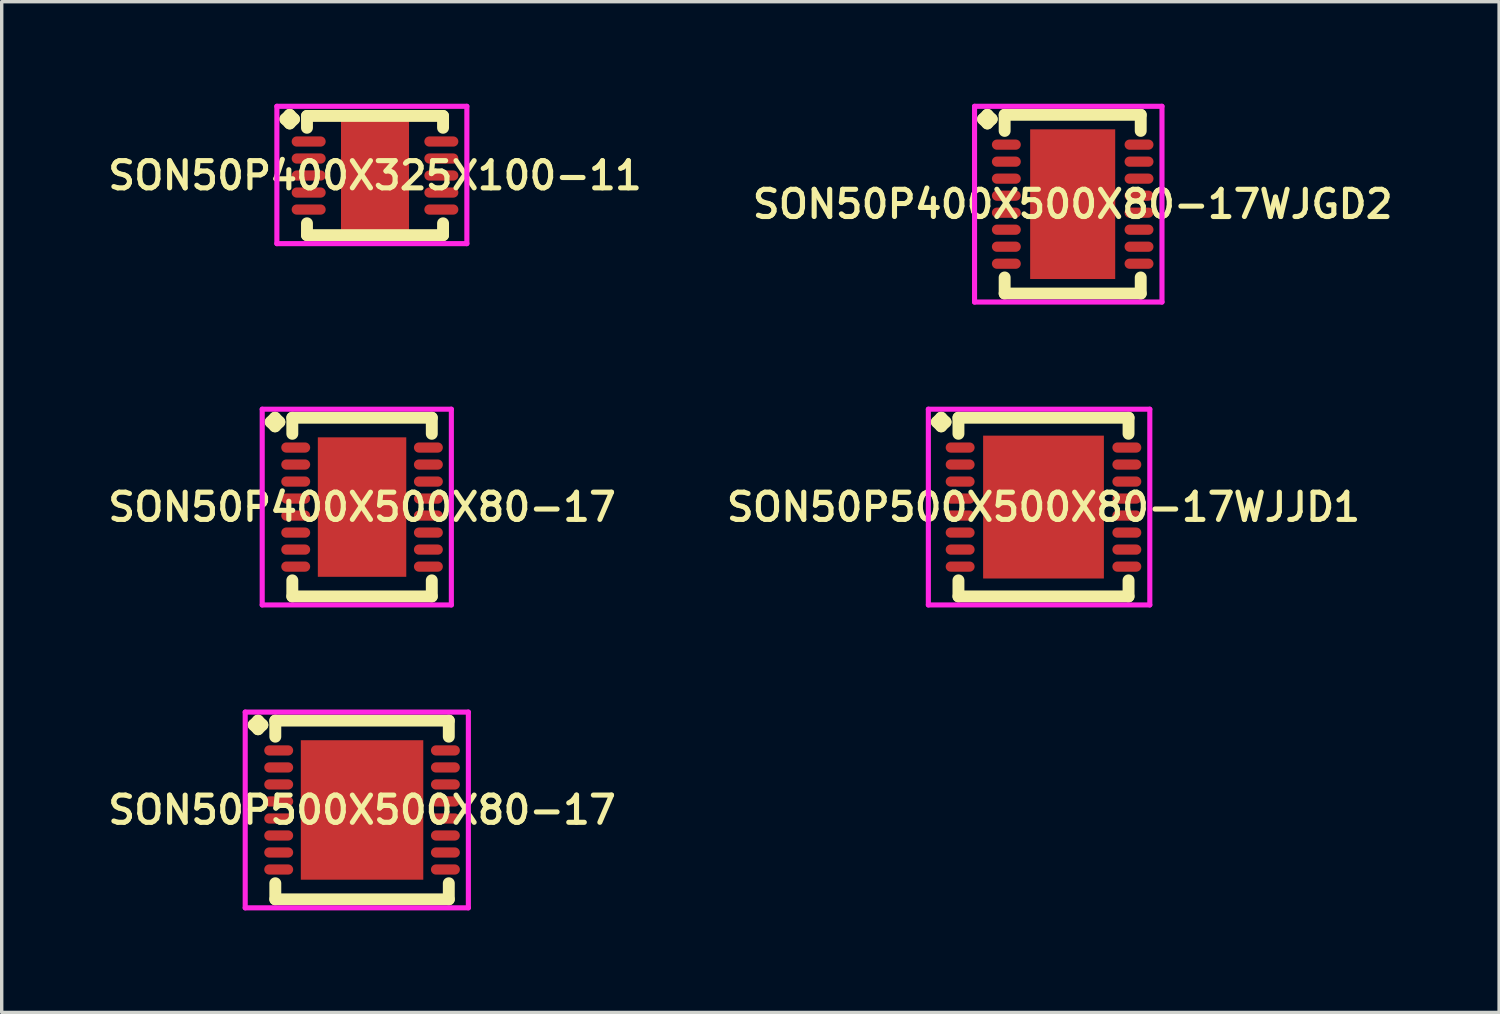
<source format=kicad_pcb>
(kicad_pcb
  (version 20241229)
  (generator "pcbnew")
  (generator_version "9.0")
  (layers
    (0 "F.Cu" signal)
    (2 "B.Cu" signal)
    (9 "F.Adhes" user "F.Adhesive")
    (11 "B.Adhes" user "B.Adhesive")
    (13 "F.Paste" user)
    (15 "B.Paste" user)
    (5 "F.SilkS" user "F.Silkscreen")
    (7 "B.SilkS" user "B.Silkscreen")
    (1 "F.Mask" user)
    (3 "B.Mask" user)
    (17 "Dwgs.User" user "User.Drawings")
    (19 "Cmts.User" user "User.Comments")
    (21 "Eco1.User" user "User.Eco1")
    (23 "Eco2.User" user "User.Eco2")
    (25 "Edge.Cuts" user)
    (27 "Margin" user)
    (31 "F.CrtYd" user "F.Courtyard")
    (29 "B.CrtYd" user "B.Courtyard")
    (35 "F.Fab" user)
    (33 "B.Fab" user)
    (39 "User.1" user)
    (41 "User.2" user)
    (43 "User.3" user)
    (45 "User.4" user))
  (footprint "SON50P400X325X100-11"
    (layer "F.Cu")
    (at 7.974 2.11)
    (property "Reference" "SON50P400X325X100-11" (at 0 0 0) (layer "F.SilkS") (effects (font (size 0.8 0.8) (thickness 0.15))))
    (attr smd)
    (fp_line (start -2.635 -1.658) (end -2.508 -1.785) (stroke (width 0.35) (type solid)) (layer "F.SilkS"))
    (fp_line (start -2.508 -1.785) (end -2.381 -1.658) (stroke (width 0.35) (type solid)) (layer "F.SilkS"))
    (fp_line (start -2.508 -1.531) (end -2.635 -1.658) (stroke (width 0.35) (type solid)) (layer "F.SilkS"))
    (fp_line (start -2.381 -1.658) (end -2.508 -1.531) (stroke (width 0.35) (type solid)) (layer "F.SilkS"))
    (fp_line (start -2 -1.752) (end 2 -1.752) (stroke (width 0.35) (type solid)) (layer "F.SilkS"))
    (fp_line (start -2 -1.404) (end -2 -1.752) (stroke (width 0.35) (type solid)) (layer "F.SilkS"))
    (fp_line (start -2 1.404) (end -2 1.752) (stroke (width 0.35) (type solid)) (layer "F.SilkS"))
    (fp_line (start -2 1.752) (end 2 1.752) (stroke (width 0.35) (type solid)) (layer "F.SilkS"))
    (fp_line (start 2 -1.752) (end 2 -1.404) (stroke (width 0.35) (type solid)) (layer "F.SilkS"))
    (fp_line (start 2 1.752) (end 2 1.404) (stroke (width 0.35) (type solid)) (layer "F.SilkS"))
    (fp_line (start -2.885 -2.035) (end 2.7 -2.035) (stroke (width 0.15) (type solid)) (layer "F.CrtYd"))
    (fp_line (start -2.885 2.002) (end -2.885 -2.035) (stroke (width 0.15) (type solid)) (layer "F.CrtYd"))
    (fp_line (start 2.7 -2.035) (end 2.7 2.002) (stroke (width 0.15) (type solid)) (layer "F.CrtYd"))
    (fp_line (start 2.7 2.002) (end -2.885 2.002) (stroke (width 0.15) (type solid)) (layer "F.CrtYd"))
    (pad "1" smd oval (at -1.95 -1) (size 1 0.3) (layers "F.Cu" "F.Mask" "F.Paste"))
    (pad "2" smd oval (at -1.95 -0.5) (size 1 0.3) (layers "F.Cu" "F.Mask" "F.Paste"))
    (pad "3" smd oval (at -1.95 0) (size 1 0.3) (layers "F.Cu" "F.Mask" "F.Paste"))
    (pad "4" smd oval (at -1.95 0.5) (size 1 0.3) (layers "F.Cu" "F.Mask" "F.Paste"))
    (pad "5" smd oval (at -1.95 1) (size 1 0.3) (layers "F.Cu" "F.Mask" "F.Paste"))
    (pad "6" smd oval (at 1.95 1) (size 1 0.3) (layers "F.Cu" "F.Mask" "F.Paste"))
    (pad "7" smd oval (at 1.95 0.5) (size 1 0.3) (layers "F.Cu" "F.Mask" "F.Paste"))
    (pad "8" smd oval (at 1.95 0) (size 1 0.3) (layers "F.Cu" "F.Mask" "F.Paste"))
    (pad "9" smd oval (at 1.95 -0.5) (size 1 0.3) (layers "F.Cu" "F.Mask" "F.Paste"))
    (pad "10" smd oval (at 1.95 -1) (size 1 0.3) (layers "F.Cu" "F.Mask" "F.Paste"))
    (pad "11" smd rect (at 0 0) (size 2 3.25) (layers "F.Cu" "F.Mask" "F.Paste")))
  (footprint "SON50P400X500X80-17WJGD2"
    (layer "F.Cu")
    (at 28.483 2.952)
    (property "Reference" "SON50P400X500X80-17WJGD2" (at 0 0 0) (layer "F.SilkS") (effects (font (size 0.8 0.8) (thickness 0.15))))
    (attr smd)
    (fp_line (start -2.635 -2.5) (end -2.508 -2.627) (stroke (width 0.35) (type solid)) (layer "F.SilkS"))
    (fp_line (start -2.508 -2.627) (end -2.381 -2.5) (stroke (width 0.35) (type solid)) (layer "F.SilkS"))
    (fp_line (start -2.508 -2.373) (end -2.635 -2.5) (stroke (width 0.35) (type solid)) (layer "F.SilkS"))
    (fp_line (start -2.381 -2.5) (end -2.508 -2.373) (stroke (width 0.35) (type solid)) (layer "F.SilkS"))
    (fp_line (start -2 -2.627) (end 2 -2.627) (stroke (width 0.35) (type solid)) (layer "F.SilkS"))
    (fp_line (start -2 -2.154) (end -2 -2.627) (stroke (width 0.35) (type solid)) (layer "F.SilkS"))
    (fp_line (start -2 2.154) (end -2 2.627) (stroke (width 0.35) (type solid)) (layer "F.SilkS"))
    (fp_line (start -2 2.627) (end 2 2.627) (stroke (width 0.35) (type solid)) (layer "F.SilkS"))
    (fp_line (start 2 -2.627) (end 2 -2.154) (stroke (width 0.35) (type solid)) (layer "F.SilkS"))
    (fp_line (start 2 2.627) (end 2 2.154) (stroke (width 0.35) (type solid)) (layer "F.SilkS"))
    (fp_line (start -2.885 -2.877) (end 2.625 -2.877) (stroke (width 0.15) (type solid)) (layer "F.CrtYd"))
    (fp_line (start -2.885 2.877) (end -2.885 -2.877) (stroke (width 0.15) (type solid)) (layer "F.CrtYd"))
    (fp_line (start 2.625 -2.877) (end 2.625 2.877) (stroke (width 0.15) (type solid)) (layer "F.CrtYd"))
    (fp_line (start 2.625 2.877) (end -2.885 2.877) (stroke (width 0.15) (type solid)) (layer "F.CrtYd"))
    (pad "1" smd oval (at -1.95 -1.75) (size 0.85 0.3) (layers "F.Cu" "F.Mask" "F.Paste"))
    (pad "2" smd oval (at -1.95 -1.25) (size 0.85 0.3) (layers "F.Cu" "F.Mask" "F.Paste"))
    (pad "3" smd oval (at -1.95 -0.75) (size 0.85 0.3) (layers "F.Cu" "F.Mask" "F.Paste"))
    (pad "4" smd oval (at -1.95 -0.25) (size 0.85 0.3) (layers "F.Cu" "F.Mask" "F.Paste"))
    (pad "5" smd oval (at -1.95 0.25) (size 0.85 0.3) (layers "F.Cu" "F.Mask" "F.Paste"))
    (pad "6" smd oval (at -1.95 0.75) (size 0.85 0.3) (layers "F.Cu" "F.Mask" "F.Paste"))
    (pad "7" smd oval (at -1.95 1.25) (size 0.85 0.3) (layers "F.Cu" "F.Mask" "F.Paste"))
    (pad "8" smd oval (at -1.95 1.75) (size 0.85 0.3) (layers "F.Cu" "F.Mask" "F.Paste"))
    (pad "9" smd oval (at 1.95 1.75) (size 0.85 0.3) (layers "F.Cu" "F.Mask" "F.Paste"))
    (pad "10" smd oval (at 1.95 1.25) (size 0.85 0.3) (layers "F.Cu" "F.Mask" "F.Paste"))
    (pad "11" smd oval (at 1.95 0.75) (size 0.85 0.3) (layers "F.Cu" "F.Mask" "F.Paste"))
    (pad "12" smd oval (at 1.95 0.25) (size 0.85 0.3) (layers "F.Cu" "F.Mask" "F.Paste"))
    (pad "13" smd oval (at 1.95 -0.25) (size 0.85 0.3) (layers "F.Cu" "F.Mask" "F.Paste"))
    (pad "14" smd oval (at 1.95 -0.75) (size 0.85 0.3) (layers "F.Cu" "F.Mask" "F.Paste"))
    (pad "15" smd oval (at 1.95 -1.25) (size 0.85 0.3) (layers "F.Cu" "F.Mask" "F.Paste"))
    (pad "16" smd oval (at 1.95 -1.75) (size 0.85 0.3) (layers "F.Cu" "F.Mask" "F.Paste"))
    (pad "17" smd rect (at 0 0) (size 2.5 4.4) (layers "F.Cu" "F.Mask" "F.Paste")))
  (footprint "SON50P500X500X80-17"
    (layer "F.Cu")
    (at 7.593 20.76)
    (property "Reference" "SON50P500X500X80-17" (at 0 0 0) (layer "F.SilkS") (effects (font (size 0.8 0.8) (thickness 0.15))))
    (attr smd)
    (fp_line (start -3.185 -2.5) (end -3.058 -2.627) (stroke (width 0.35) (type solid)) (layer "F.SilkS"))
    (fp_line (start -3.058 -2.627) (end -2.931 -2.5) (stroke (width 0.35) (type solid)) (layer "F.SilkS"))
    (fp_line (start -3.058 -2.373) (end -3.185 -2.5) (stroke (width 0.35) (type solid)) (layer "F.SilkS"))
    (fp_line (start -2.931 -2.5) (end -3.058 -2.373) (stroke (width 0.35) (type solid)) (layer "F.SilkS"))
    (fp_line (start -2.55 -2.627) (end 2.55 -2.627) (stroke (width 0.35) (type solid)) (layer "F.SilkS"))
    (fp_line (start -2.55 -2.154) (end -2.55 -2.627) (stroke (width 0.35) (type solid)) (layer "F.SilkS"))
    (fp_line (start -2.55 2.154) (end -2.55 2.627) (stroke (width 0.35) (type solid)) (layer "F.SilkS"))
    (fp_line (start -2.55 2.627) (end 2.55 2.627) (stroke (width 0.35) (type solid)) (layer "F.SilkS"))
    (fp_line (start 2.55 -2.627) (end 2.55 -2.154) (stroke (width 0.35) (type solid)) (layer "F.SilkS"))
    (fp_line (start 2.55 2.627) (end 2.55 2.154) (stroke (width 0.35) (type solid)) (layer "F.SilkS"))
    (fp_line (start -3.435 -2.877) (end 3.125 -2.877) (stroke (width 0.15) (type solid)) (layer "F.CrtYd"))
    (fp_line (start -3.435 2.877) (end -3.435 -2.877) (stroke (width 0.15) (type solid)) (layer "F.CrtYd"))
    (fp_line (start 3.125 -2.877) (end 3.125 2.877) (stroke (width 0.15) (type solid)) (layer "F.CrtYd"))
    (fp_line (start 3.125 2.877) (end -3.435 2.877) (stroke (width 0.15) (type solid)) (layer "F.CrtYd"))
    (pad "1" smd oval (at -2.45 -1.75) (size 0.85 0.3) (layers "F.Cu" "F.Mask" "F.Paste"))
    (pad "2" smd oval (at -2.45 -1.25) (size 0.85 0.3) (layers "F.Cu" "F.Mask" "F.Paste"))
    (pad "3" smd oval (at -2.45 -0.75) (size 0.85 0.3) (layers "F.Cu" "F.Mask" "F.Paste"))
    (pad "4" smd oval (at -2.45 -0.25) (size 0.85 0.3) (layers "F.Cu" "F.Mask" "F.Paste"))
    (pad "5" smd oval (at -2.45 0.25) (size 0.85 0.3) (layers "F.Cu" "F.Mask" "F.Paste"))
    (pad "6" smd oval (at -2.45 0.75) (size 0.85 0.3) (layers "F.Cu" "F.Mask" "F.Paste"))
    (pad "7" smd oval (at -2.45 1.25) (size 0.85 0.3) (layers "F.Cu" "F.Mask" "F.Paste"))
    (pad "8" smd oval (at -2.45 1.75) (size 0.85 0.3) (layers "F.Cu" "F.Mask" "F.Paste"))
    (pad "9" smd oval (at 2.45 1.75) (size 0.85 0.3) (layers "F.Cu" "F.Mask" "F.Paste"))
    (pad "10" smd oval (at 2.45 1.25) (size 0.85 0.3) (layers "F.Cu" "F.Mask" "F.Paste"))
    (pad "11" smd oval (at 2.45 0.75) (size 0.85 0.3) (layers "F.Cu" "F.Mask" "F.Paste"))
    (pad "12" smd oval (at 2.45 0.25) (size 0.85 0.3) (layers "F.Cu" "F.Mask" "F.Paste"))
    (pad "13" smd oval (at 2.45 -0.25) (size 0.85 0.3) (layers "F.Cu" "F.Mask" "F.Paste"))
    (pad "14" smd oval (at 2.45 -0.75) (size 0.85 0.3) (layers "F.Cu" "F.Mask" "F.Paste"))
    (pad "15" smd oval (at 2.45 -1.25) (size 0.85 0.3) (layers "F.Cu" "F.Mask" "F.Paste"))
    (pad "16" smd oval (at 2.45 -1.75) (size 0.85 0.3) (layers "F.Cu" "F.Mask" "F.Paste"))
    (pad "17" smd rect (at 0 0) (size 3.6 4.1) (layers "F.Cu" "F.Mask" "F.Paste")))
  (footprint "SON50P400X500X80-17"
    (layer "F.Cu")
    (at 7.593 11.856)
    (property "Reference" "SON50P400X500X80-17" (at 0 0 0) (layer "F.SilkS") (effects (font (size 0.8 0.8) (thickness 0.15))))
    (attr smd)
    (fp_line (start -2.685 -2.5) (end -2.558 -2.627) (stroke (width 0.35) (type solid)) (layer "F.SilkS"))
    (fp_line (start -2.558 -2.627) (end -2.431 -2.5) (stroke (width 0.35) (type solid)) (layer "F.SilkS"))
    (fp_line (start -2.558 -2.373) (end -2.685 -2.5) (stroke (width 0.35) (type solid)) (layer "F.SilkS"))
    (fp_line (start -2.431 -2.5) (end -2.558 -2.373) (stroke (width 0.35) (type solid)) (layer "F.SilkS"))
    (fp_line (start -2.05 -2.627) (end 2.05 -2.627) (stroke (width 0.35) (type solid)) (layer "F.SilkS"))
    (fp_line (start -2.05 -2.154) (end -2.05 -2.627) (stroke (width 0.35) (type solid)) (layer "F.SilkS"))
    (fp_line (start -2.05 2.154) (end -2.05 2.627) (stroke (width 0.35) (type solid)) (layer "F.SilkS"))
    (fp_line (start -2.05 2.627) (end 2.05 2.627) (stroke (width 0.35) (type solid)) (layer "F.SilkS"))
    (fp_line (start 2.05 -2.627) (end 2.05 -2.154) (stroke (width 0.35) (type solid)) (layer "F.SilkS"))
    (fp_line (start 2.05 2.627) (end 2.05 2.154) (stroke (width 0.35) (type solid)) (layer "F.SilkS"))
    (fp_line (start -2.935 -2.877) (end 2.625 -2.877) (stroke (width 0.15) (type solid)) (layer "F.CrtYd"))
    (fp_line (start -2.935 2.877) (end -2.935 -2.877) (stroke (width 0.15) (type solid)) (layer "F.CrtYd"))
    (fp_line (start 2.625 -2.877) (end 2.625 2.877) (stroke (width 0.15) (type solid)) (layer "F.CrtYd"))
    (fp_line (start 2.625 2.877) (end -2.935 2.877) (stroke (width 0.15) (type solid)) (layer "F.CrtYd"))
    (pad "1" smd oval (at -1.95 -1.75) (size 0.85 0.3) (layers "F.Cu" "F.Mask" "F.Paste"))
    (pad "2" smd oval (at -1.95 -1.25) (size 0.85 0.3) (layers "F.Cu" "F.Mask" "F.Paste"))
    (pad "3" smd oval (at -1.95 -0.75) (size 0.85 0.3) (layers "F.Cu" "F.Mask" "F.Paste"))
    (pad "4" smd oval (at -1.95 -0.25) (size 0.85 0.3) (layers "F.Cu" "F.Mask" "F.Paste"))
    (pad "5" smd oval (at -1.95 0.25) (size 0.85 0.3) (layers "F.Cu" "F.Mask" "F.Paste"))
    (pad "6" smd oval (at -1.95 0.75) (size 0.85 0.3) (layers "F.Cu" "F.Mask" "F.Paste"))
    (pad "7" smd oval (at -1.95 1.25) (size 0.85 0.3) (layers "F.Cu" "F.Mask" "F.Paste"))
    (pad "8" smd oval (at -1.95 1.75) (size 0.85 0.3) (layers "F.Cu" "F.Mask" "F.Paste"))
    (pad "9" smd oval (at 1.95 1.75) (size 0.85 0.3) (layers "F.Cu" "F.Mask" "F.Paste"))
    (pad "10" smd oval (at 1.95 1.25) (size 0.85 0.3) (layers "F.Cu" "F.Mask" "F.Paste"))
    (pad "11" smd oval (at 1.95 0.75) (size 0.85 0.3) (layers "F.Cu" "F.Mask" "F.Paste"))
    (pad "12" smd oval (at 1.95 0.25) (size 0.85 0.3) (layers "F.Cu" "F.Mask" "F.Paste"))
    (pad "13" smd oval (at 1.95 -0.25) (size 0.85 0.3) (layers "F.Cu" "F.Mask" "F.Paste"))
    (pad "14" smd oval (at 1.95 -0.75) (size 0.85 0.3) (layers "F.Cu" "F.Mask" "F.Paste"))
    (pad "15" smd oval (at 1.95 -1.25) (size 0.85 0.3) (layers "F.Cu" "F.Mask" "F.Paste"))
    (pad "16" smd oval (at 1.95 -1.75) (size 0.85 0.3) (layers "F.Cu" "F.Mask" "F.Paste"))
    (pad "17" smd rect (at 0 0) (size 2.6 4.1) (layers "F.Cu" "F.Mask" "F.Paste")))
  (footprint "SON50P500X500X80-17WJJD1"
    (layer "F.Cu")
    (at 27.625 11.856)
    (property "Reference" "SON50P500X500X80-17WJJD1" (at 0 0 0) (layer "F.SilkS") (effects (font (size 0.8 0.8) (thickness 0.15))))
    (attr smd)
    (fp_line (start -3.135 -2.5) (end -3.008 -2.627) (stroke (width 0.35) (type solid)) (layer "F.SilkS"))
    (fp_line (start -3.008 -2.627) (end -2.881 -2.5) (stroke (width 0.35) (type solid)) (layer "F.SilkS"))
    (fp_line (start -3.008 -2.373) (end -3.135 -2.5) (stroke (width 0.35) (type solid)) (layer "F.SilkS"))
    (fp_line (start -2.881 -2.5) (end -3.008 -2.373) (stroke (width 0.35) (type solid)) (layer "F.SilkS"))
    (fp_line (start -2.5 -2.627) (end 2.5 -2.627) (stroke (width 0.35) (type solid)) (layer "F.SilkS"))
    (fp_line (start -2.5 -2.154) (end -2.5 -2.627) (stroke (width 0.35) (type solid)) (layer "F.SilkS"))
    (fp_line (start -2.5 2.154) (end -2.5 2.627) (stroke (width 0.35) (type solid)) (layer "F.SilkS"))
    (fp_line (start -2.5 2.627) (end 2.5 2.627) (stroke (width 0.35) (type solid)) (layer "F.SilkS"))
    (fp_line (start 2.5 -2.627) (end 2.5 -2.154) (stroke (width 0.35) (type solid)) (layer "F.SilkS"))
    (fp_line (start 2.5 2.627) (end 2.5 2.154) (stroke (width 0.35) (type solid)) (layer "F.SilkS"))
    (fp_line (start -3.385 -2.877) (end 3.125 -2.877) (stroke (width 0.15) (type solid)) (layer "F.CrtYd"))
    (fp_line (start -3.385 2.877) (end -3.385 -2.877) (stroke (width 0.15) (type solid)) (layer "F.CrtYd"))
    (fp_line (start 3.125 -2.877) (end 3.125 2.877) (stroke (width 0.15) (type solid)) (layer "F.CrtYd"))
    (fp_line (start 3.125 2.877) (end -3.385 2.877) (stroke (width 0.15) (type solid)) (layer "F.CrtYd"))
    (pad "1" smd oval (at -2.45 -1.75) (size 0.85 0.3) (layers "F.Cu" "F.Mask" "F.Paste"))
    (pad "2" smd oval (at -2.45 -1.25) (size 0.85 0.3) (layers "F.Cu" "F.Mask" "F.Paste"))
    (pad "3" smd oval (at -2.45 -0.75) (size 0.85 0.3) (layers "F.Cu" "F.Mask" "F.Paste"))
    (pad "4" smd oval (at -2.45 -0.25) (size 0.85 0.3) (layers "F.Cu" "F.Mask" "F.Paste"))
    (pad "5" smd oval (at -2.45 0.25) (size 0.85 0.3) (layers "F.Cu" "F.Mask" "F.Paste"))
    (pad "6" smd oval (at -2.45 0.75) (size 0.85 0.3) (layers "F.Cu" "F.Mask" "F.Paste"))
    (pad "7" smd oval (at -2.45 1.25) (size 0.85 0.3) (layers "F.Cu" "F.Mask" "F.Paste"))
    (pad "8" smd oval (at -2.45 1.75) (size 0.85 0.3) (layers "F.Cu" "F.Mask" "F.Paste"))
    (pad "9" smd oval (at 2.45 1.75) (size 0.85 0.3) (layers "F.Cu" "F.Mask" "F.Paste"))
    (pad "10" smd oval (at 2.45 1.25) (size 0.85 0.3) (layers "F.Cu" "F.Mask" "F.Paste"))
    (pad "11" smd oval (at 2.45 0.75) (size 0.85 0.3) (layers "F.Cu" "F.Mask" "F.Paste"))
    (pad "12" smd oval (at 2.45 0.25) (size 0.85 0.3) (layers "F.Cu" "F.Mask" "F.Paste"))
    (pad "13" smd oval (at 2.45 -0.25) (size 0.85 0.3) (layers "F.Cu" "F.Mask" "F.Paste"))
    (pad "14" smd oval (at 2.45 -0.75) (size 0.85 0.3) (layers "F.Cu" "F.Mask" "F.Paste"))
    (pad "15" smd oval (at 2.45 -1.25) (size 0.85 0.3) (layers "F.Cu" "F.Mask" "F.Paste"))
    (pad "16" smd oval (at 2.45 -1.75) (size 0.85 0.3) (layers "F.Cu" "F.Mask" "F.Paste"))
    (pad "17" smd rect (at 0 0) (size 3.55 4.2) (layers "F.Cu" "F.Mask" "F.Paste")))
  (gr_rect
    (start -3 -3)
    (end 41.018 26.712)
    (stroke (width 0.1) (type default))
    (fill no)
    (layer "Edge.Cuts")))
</source>
